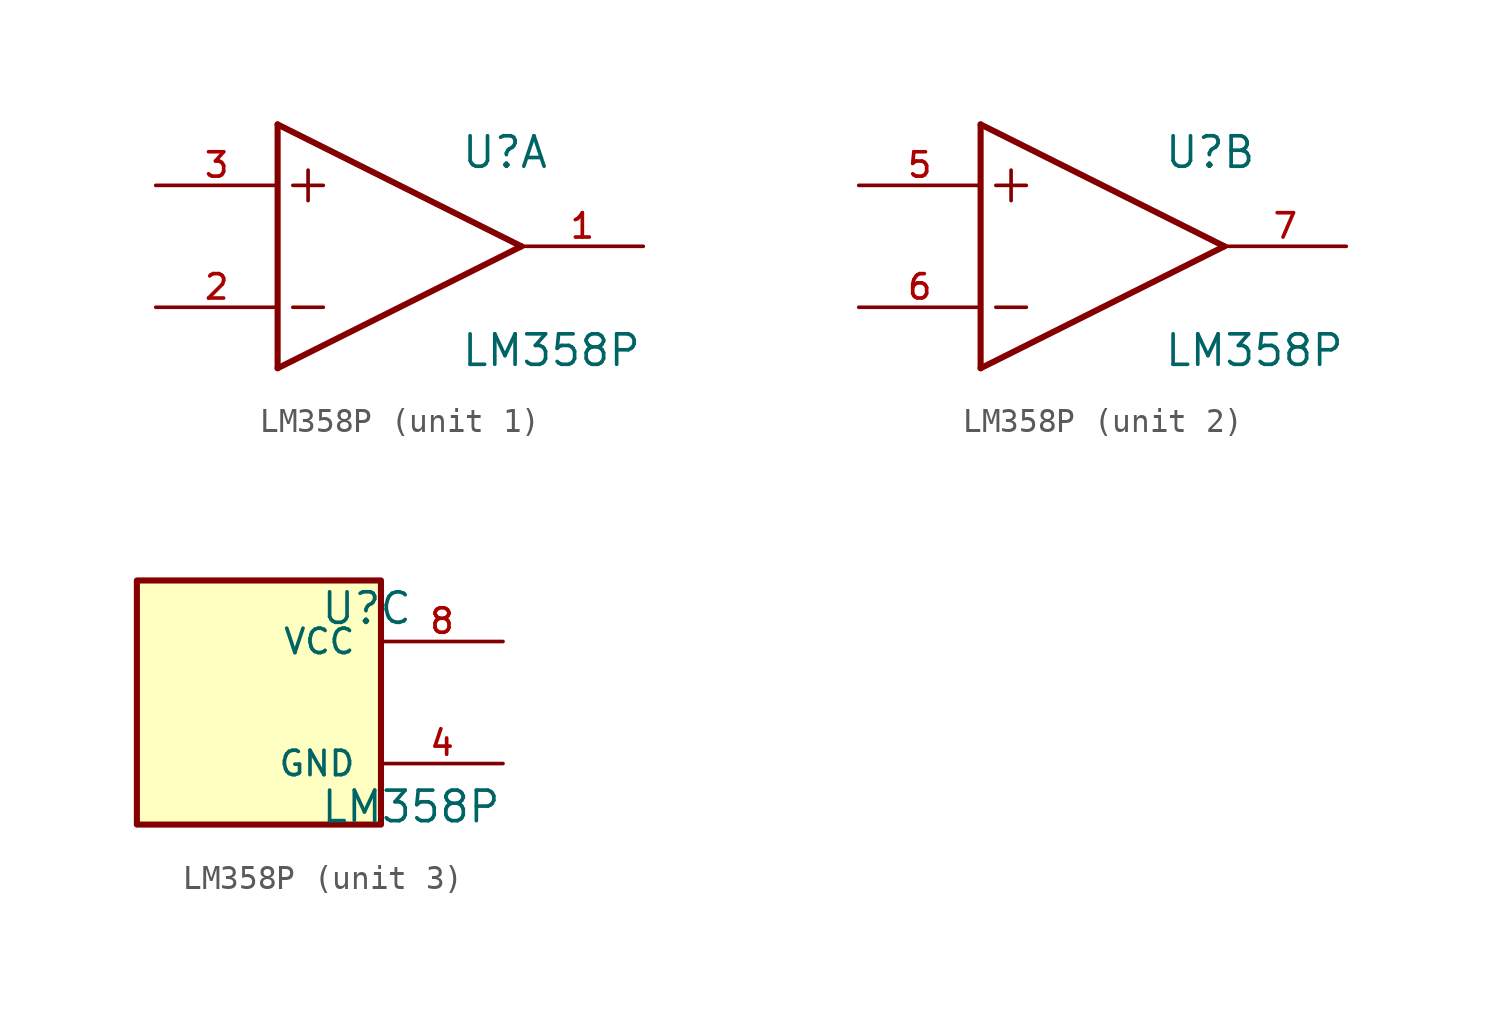
<source format=kicad_sym>
(kicad_symbol_lib
  (version 20211014)
  (generator kicad_symbol_editor)
  (symbol "LM358P"
    (pin_names
      (offset 1.016))
    (property "Reference" "U"
      (at 2.54 3.175 0)
      (effects (font (size 1.27 1.27)) (justify bottom left)))
    (property "Value" "LM358P"
      (at 2.54 -5.08 0)
      (effects (font (size 1.27 1.27)) (justify bottom left)))
    (symbol "LM358P_1_0"
      (polyline (pts (xy -5.08 5.08) (xy -5.08 -5.08)) (stroke (width 0.254)))
      (polyline (pts (xy -5.08 -5.08) (xy 5.08 0.0)) (stroke (width 0.254)))
      (polyline (pts (xy 5.08 0.0) (xy -5.08 5.08)) (stroke (width 0.254)))
      (polyline (pts (xy -3.81 3.175) (xy -3.81 1.905)) (stroke (width 0.152)))
      (polyline (pts (xy -4.445 2.54) (xy -3.175 2.54)) (stroke (width 0.152)))
      (polyline (pts (xy -4.445 -2.54) (xy -3.175 -2.54)) (stroke (width 0.152)))
      (pin input line (at -10.16 -2.54 0) (length 5.08) (name "~" (effects (font (size 1.016 1.016)))) (number "2" (effects (font (size 1.016 1.016)))))
      (pin input line (at -10.16 2.54 0) (length 5.08) (name "~" (effects (font (size 1.016 1.016)))) (number "3" (effects (font (size 1.016 1.016)))))
      (pin output line (at 10.16 0.0 180.0) (length 5.08) (name "~" (effects (font (size 1.016 1.016)))) (number "1" (effects (font (size 1.016 1.016))))))
    (symbol "LM358P_2_0"
      (polyline (pts (xy -5.08 5.08) (xy -5.08 -5.08)) (stroke (width 0.254)))
      (polyline (pts (xy -5.08 -5.08) (xy 5.08 0.0)) (stroke (width 0.254)))
      (polyline (pts (xy 5.08 0.0) (xy -5.08 5.08)) (stroke (width 0.254)))
      (polyline (pts (xy -3.81 3.175) (xy -3.81 1.905)) (stroke (width 0.152)))
      (polyline (pts (xy -4.445 2.54) (xy -3.175 2.54)) (stroke (width 0.152)))
      (polyline (pts (xy -4.445 -2.54) (xy -3.175 -2.54)) (stroke (width 0.152)))
      (pin input line (at -10.16 -2.54 0) (length 5.08) (name "~" (effects (font (size 1.016 1.016)))) (number "6" (effects (font (size 1.016 1.016)))))
      (pin input line (at -10.16 2.54 0) (length 5.08) (name "~" (effects (font (size 1.016 1.016)))) (number "5" (effects (font (size 1.016 1.016)))))
      (pin output line (at 10.16 0.0 180.0) (length 5.08) (name "~" (effects (font (size 1.016 1.016)))) (number "7" (effects (font (size 1.016 1.016))))))
    (symbol "LM358P_3_0"
      (rectangle (start -5.08 -5.08) (end 5.08 5.08) (stroke (width 0.254)) (fill (type background)))
      (pin power_in line (at 10.16 2.54 180.0) (length 5.08) (name "VCC" (effects (font (size 1.016 1.016)))) (number "8" (effects (font (size 1.016 1.016)))))
      (pin power_in line (at 10.16 -2.54 180.0) (length 5.08) (name "GND" (effects (font (size 1.016 1.016)))) (number "4" (effects (font (size 1.016 1.016))))))))
</source>
